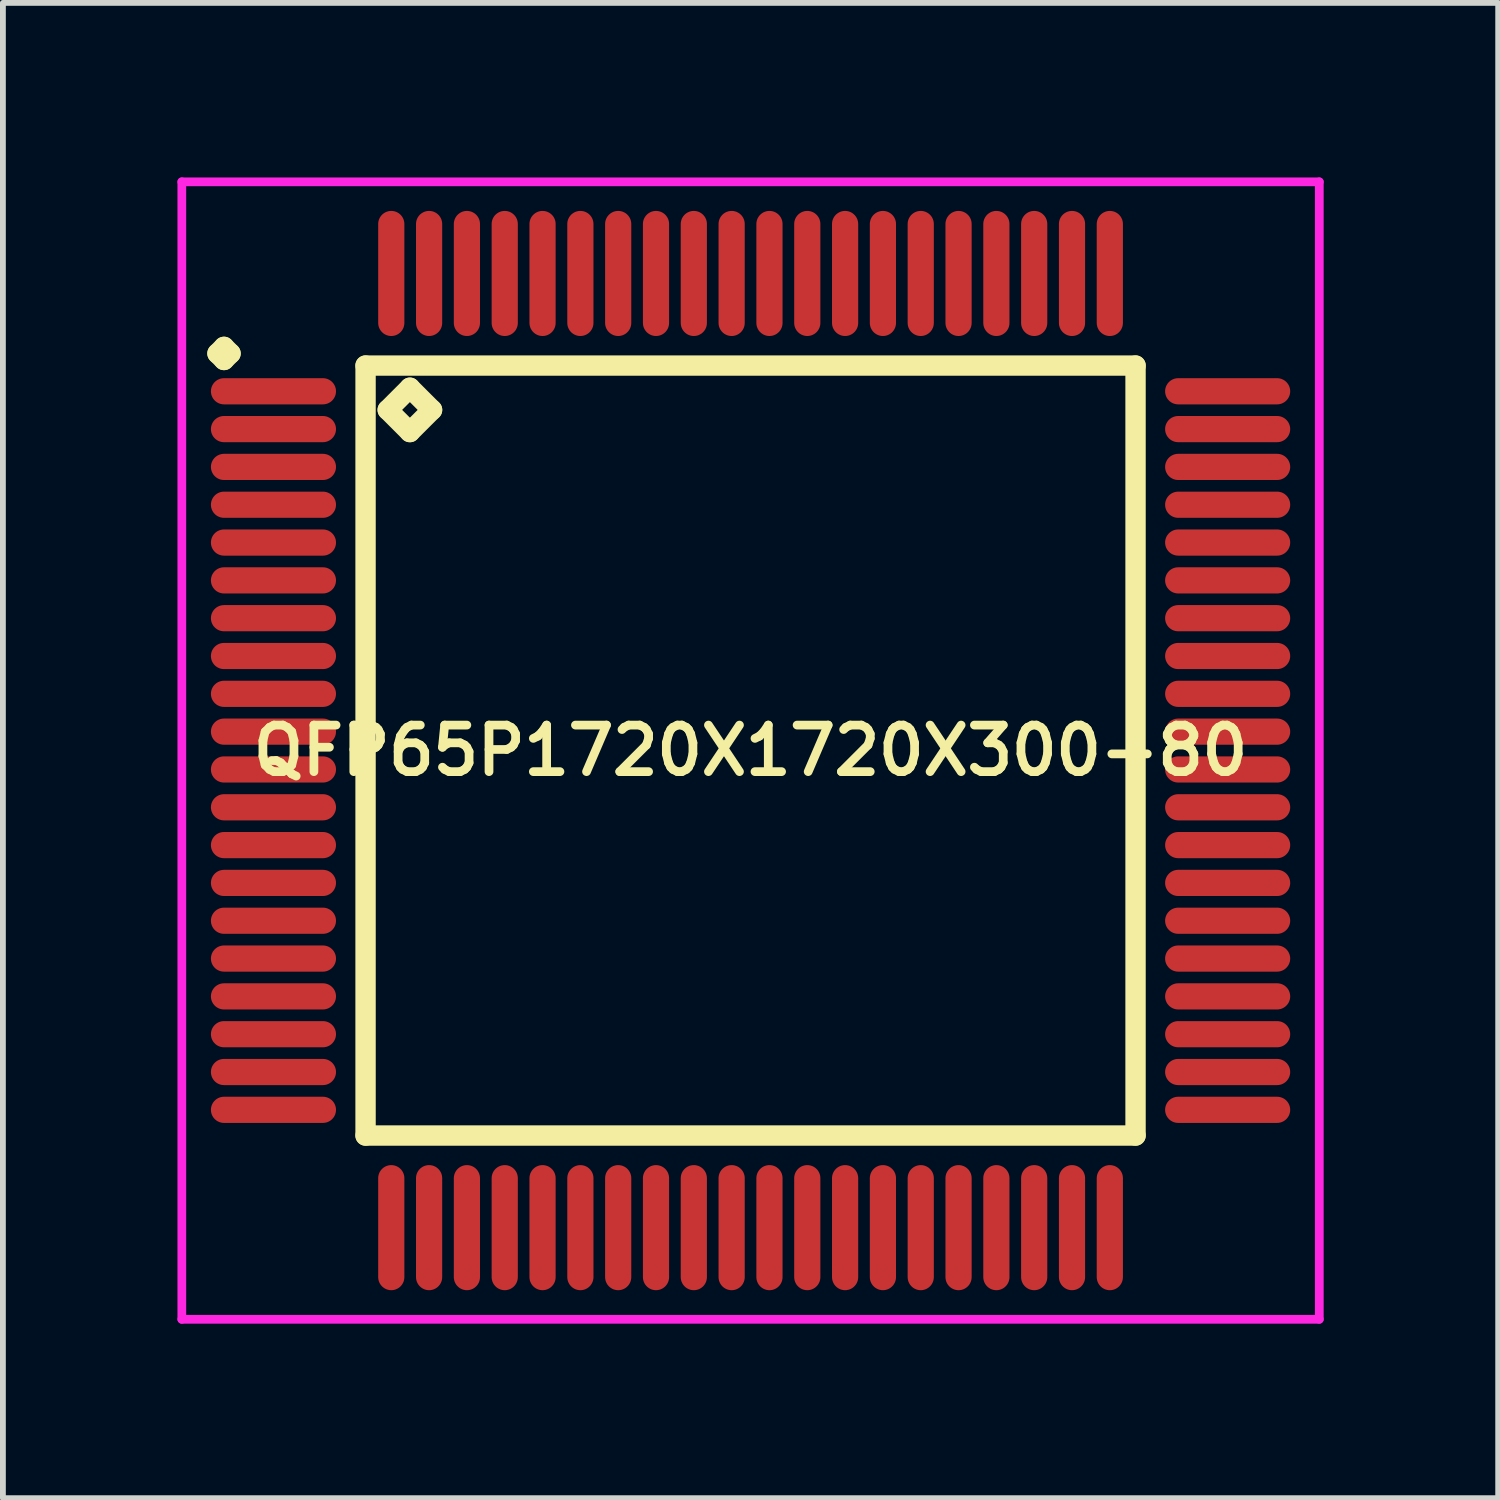
<source format=kicad_pcb>
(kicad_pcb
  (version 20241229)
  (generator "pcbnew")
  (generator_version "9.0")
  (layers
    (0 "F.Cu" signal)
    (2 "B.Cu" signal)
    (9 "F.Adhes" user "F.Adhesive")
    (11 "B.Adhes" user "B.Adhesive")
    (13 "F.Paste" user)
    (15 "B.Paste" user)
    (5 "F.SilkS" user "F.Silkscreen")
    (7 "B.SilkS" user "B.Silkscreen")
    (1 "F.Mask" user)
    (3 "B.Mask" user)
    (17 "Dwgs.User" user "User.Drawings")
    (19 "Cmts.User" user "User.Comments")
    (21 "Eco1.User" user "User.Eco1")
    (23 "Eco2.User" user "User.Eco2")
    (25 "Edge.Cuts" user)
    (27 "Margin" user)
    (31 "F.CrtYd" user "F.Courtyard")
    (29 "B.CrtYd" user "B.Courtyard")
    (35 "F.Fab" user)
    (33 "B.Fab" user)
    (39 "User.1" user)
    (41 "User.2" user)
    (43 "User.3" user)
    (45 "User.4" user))
  (footprint "QFP65P1720X1720X300-80"
    (layer "F.Cu")
    (at 9.85 9.85)
    (property "Reference" "QFP65P1720X1720X300-80" (at 0 0 0) (layer "F.SilkS") (effects (font (size 0.8 0.8) (thickness 0.15))))
    (attr smd)
    (fp_line (start -9.162 -6.825) (end -9.05 -6.938) (stroke (width 0.35) (type solid)) (layer "F.SilkS"))
    (fp_line (start -9.05 -6.938) (end -8.938 -6.825) (stroke (width 0.35) (type solid)) (layer "F.SilkS"))
    (fp_line (start -9.05 -6.713) (end -9.162 -6.825) (stroke (width 0.35) (type solid)) (layer "F.SilkS"))
    (fp_line (start -8.938 -6.825) (end -9.05 -6.713) (stroke (width 0.35) (type solid)) (layer "F.SilkS"))
    (fp_line (start -6.617 -6.617) (end -6.617 6.617) (stroke (width 0.35) (type solid)) (layer "F.SilkS"))
    (fp_line (start -6.617 6.617) (end 6.617 6.617) (stroke (width 0.35) (type solid)) (layer "F.SilkS"))
    (fp_line (start -6.236 -5.855) (end -5.855 -6.236) (stroke (width 0.35) (type solid)) (layer "F.SilkS"))
    (fp_line (start -5.855 -6.236) (end -5.474 -5.855) (stroke (width 0.35) (type solid)) (layer "F.SilkS"))
    (fp_line (start -5.855 -5.474) (end -6.236 -5.855) (stroke (width 0.35) (type solid)) (layer "F.SilkS"))
    (fp_line (start -5.474 -5.855) (end -5.855 -5.474) (stroke (width 0.35) (type solid)) (layer "F.SilkS"))
    (fp_line (start 6.617 -6.617) (end -6.617 -6.617) (stroke (width 0.35) (type solid)) (layer "F.SilkS"))
    (fp_line (start 6.617 6.617) (end 6.617 -6.617) (stroke (width 0.35) (type solid)) (layer "F.SilkS"))
    (fp_line (start -9.775 -9.775) (end 9.775 -9.775) (stroke (width 0.15) (type solid)) (layer "F.CrtYd"))
    (fp_line (start -9.775 9.775) (end -9.775 -9.775) (stroke (width 0.15) (type solid)) (layer "F.CrtYd"))
    (fp_line (start 9.775 -9.775) (end 9.775 9.775) (stroke (width 0.15) (type solid)) (layer "F.CrtYd"))
    (fp_line (start 9.775 9.775) (end -9.775 9.775) (stroke (width 0.15) (type solid)) (layer "F.CrtYd"))
    (pad "1" smd oval (at -8.2 -6.175) (size 2.15 0.45) (layers "F.Cu" "F.Mask" "F.Paste"))
    (pad "2" smd oval (at -8.2 -5.525) (size 2.15 0.45) (layers "F.Cu" "F.Mask" "F.Paste"))
    (pad "3" smd oval (at -8.2 -4.875) (size 2.15 0.45) (layers "F.Cu" "F.Mask" "F.Paste"))
    (pad "4" smd oval (at -8.2 -4.225) (size 2.15 0.45) (layers "F.Cu" "F.Mask" "F.Paste"))
    (pad "5" smd oval (at -8.2 -3.575) (size 2.15 0.45) (layers "F.Cu" "F.Mask" "F.Paste"))
    (pad "6" smd oval (at -8.2 -2.925) (size 2.15 0.45) (layers "F.Cu" "F.Mask" "F.Paste"))
    (pad "7" smd oval (at -8.2 -2.275) (size 2.15 0.45) (layers "F.Cu" "F.Mask" "F.Paste"))
    (pad "8" smd oval (at -8.2 -1.625) (size 2.15 0.45) (layers "F.Cu" "F.Mask" "F.Paste"))
    (pad "9" smd oval (at -8.2 -0.975) (size 2.15 0.45) (layers "F.Cu" "F.Mask" "F.Paste"))
    (pad "10" smd oval (at -8.2 -0.325) (size 2.15 0.45) (layers "F.Cu" "F.Mask" "F.Paste"))
    (pad "11" smd oval (at -8.2 0.325) (size 2.15 0.45) (layers "F.Cu" "F.Mask" "F.Paste"))
    (pad "12" smd oval (at -8.2 0.975) (size 2.15 0.45) (layers "F.Cu" "F.Mask" "F.Paste"))
    (pad "13" smd oval (at -8.2 1.625) (size 2.15 0.45) (layers "F.Cu" "F.Mask" "F.Paste"))
    (pad "14" smd oval (at -8.2 2.275) (size 2.15 0.45) (layers "F.Cu" "F.Mask" "F.Paste"))
    (pad "15" smd oval (at -8.2 2.925) (size 2.15 0.45) (layers "F.Cu" "F.Mask" "F.Paste"))
    (pad "16" smd oval (at -8.2 3.575) (size 2.15 0.45) (layers "F.Cu" "F.Mask" "F.Paste"))
    (pad "17" smd oval (at -8.2 4.225) (size 2.15 0.45) (layers "F.Cu" "F.Mask" "F.Paste"))
    (pad "18" smd oval (at -8.2 4.875) (size 2.15 0.45) (layers "F.Cu" "F.Mask" "F.Paste"))
    (pad "19" smd oval (at -8.2 5.525) (size 2.15 0.45) (layers "F.Cu" "F.Mask" "F.Paste"))
    (pad "20" smd oval (at -8.2 6.175) (size 2.15 0.45) (layers "F.Cu" "F.Mask" "F.Paste"))
    (pad "21" smd oval (at -6.175 8.2) (size 0.45 2.15) (layers "F.Cu" "F.Mask" "F.Paste"))
    (pad "22" smd oval (at -5.525 8.2) (size 0.45 2.15) (layers "F.Cu" "F.Mask" "F.Paste"))
    (pad "23" smd oval (at -4.875 8.2) (size 0.45 2.15) (layers "F.Cu" "F.Mask" "F.Paste"))
    (pad "24" smd oval (at -4.225 8.2) (size 0.45 2.15) (layers "F.Cu" "F.Mask" "F.Paste"))
    (pad "25" smd oval (at -3.575 8.2) (size 0.45 2.15) (layers "F.Cu" "F.Mask" "F.Paste"))
    (pad "26" smd oval (at -2.925 8.2) (size 0.45 2.15) (layers "F.Cu" "F.Mask" "F.Paste"))
    (pad "27" smd oval (at -2.275 8.2) (size 0.45 2.15) (layers "F.Cu" "F.Mask" "F.Paste"))
    (pad "28" smd oval (at -1.625 8.2) (size 0.45 2.15) (layers "F.Cu" "F.Mask" "F.Paste"))
    (pad "29" smd oval (at -0.975 8.2) (size 0.45 2.15) (layers "F.Cu" "F.Mask" "F.Paste"))
    (pad "30" smd oval (at -0.325 8.2) (size 0.45 2.15) (layers "F.Cu" "F.Mask" "F.Paste"))
    (pad "31" smd oval (at 0.325 8.2) (size 0.45 2.15) (layers "F.Cu" "F.Mask" "F.Paste"))
    (pad "32" smd oval (at 0.975 8.2) (size 0.45 2.15) (layers "F.Cu" "F.Mask" "F.Paste"))
    (pad "33" smd oval (at 1.625 8.2) (size 0.45 2.15) (layers "F.Cu" "F.Mask" "F.Paste"))
    (pad "34" smd oval (at 2.275 8.2) (size 0.45 2.15) (layers "F.Cu" "F.Mask" "F.Paste"))
    (pad "35" smd oval (at 2.925 8.2) (size 0.45 2.15) (layers "F.Cu" "F.Mask" "F.Paste"))
    (pad "36" smd oval (at 3.575 8.2) (size 0.45 2.15) (layers "F.Cu" "F.Mask" "F.Paste"))
    (pad "37" smd oval (at 4.225 8.2) (size 0.45 2.15) (layers "F.Cu" "F.Mask" "F.Paste"))
    (pad "38" smd oval (at 4.875 8.2) (size 0.45 2.15) (layers "F.Cu" "F.Mask" "F.Paste"))
    (pad "39" smd oval (at 5.525 8.2) (size 0.45 2.15) (layers "F.Cu" "F.Mask" "F.Paste"))
    (pad "40" smd oval (at 6.175 8.2) (size 0.45 2.15) (layers "F.Cu" "F.Mask" "F.Paste"))
    (pad "41" smd oval (at 8.2 6.175) (size 2.15 0.45) (layers "F.Cu" "F.Mask" "F.Paste"))
    (pad "42" smd oval (at 8.2 5.525) (size 2.15 0.45) (layers "F.Cu" "F.Mask" "F.Paste"))
    (pad "43" smd oval (at 8.2 4.875) (size 2.15 0.45) (layers "F.Cu" "F.Mask" "F.Paste"))
    (pad "44" smd oval (at 8.2 4.225) (size 2.15 0.45) (layers "F.Cu" "F.Mask" "F.Paste"))
    (pad "45" smd oval (at 8.2 3.575) (size 2.15 0.45) (layers "F.Cu" "F.Mask" "F.Paste"))
    (pad "46" smd oval (at 8.2 2.925) (size 2.15 0.45) (layers "F.Cu" "F.Mask" "F.Paste"))
    (pad "47" smd oval (at 8.2 2.275) (size 2.15 0.45) (layers "F.Cu" "F.Mask" "F.Paste"))
    (pad "48" smd oval (at 8.2 1.625) (size 2.15 0.45) (layers "F.Cu" "F.Mask" "F.Paste"))
    (pad "49" smd oval (at 8.2 0.975) (size 2.15 0.45) (layers "F.Cu" "F.Mask" "F.Paste"))
    (pad "50" smd oval (at 8.2 0.325) (size 2.15 0.45) (layers "F.Cu" "F.Mask" "F.Paste"))
    (pad "51" smd oval (at 8.2 -0.325) (size 2.15 0.45) (layers "F.Cu" "F.Mask" "F.Paste"))
    (pad "52" smd oval (at 8.2 -0.975) (size 2.15 0.45) (layers "F.Cu" "F.Mask" "F.Paste"))
    (pad "53" smd oval (at 8.2 -1.625) (size 2.15 0.45) (layers "F.Cu" "F.Mask" "F.Paste"))
    (pad "54" smd oval (at 8.2 -2.275) (size 2.15 0.45) (layers "F.Cu" "F.Mask" "F.Paste"))
    (pad "55" smd oval (at 8.2 -2.925) (size 2.15 0.45) (layers "F.Cu" "F.Mask" "F.Paste"))
    (pad "56" smd oval (at 8.2 -3.575) (size 2.15 0.45) (layers "F.Cu" "F.Mask" "F.Paste"))
    (pad "57" smd oval (at 8.2 -4.225) (size 2.15 0.45) (layers "F.Cu" "F.Mask" "F.Paste"))
    (pad "58" smd oval (at 8.2 -4.875) (size 2.15 0.45) (layers "F.Cu" "F.Mask" "F.Paste"))
    (pad "59" smd oval (at 8.2 -5.525) (size 2.15 0.45) (layers "F.Cu" "F.Mask" "F.Paste"))
    (pad "60" smd oval (at 8.2 -6.175) (size 2.15 0.45) (layers "F.Cu" "F.Mask" "F.Paste"))
    (pad "61" smd oval (at 6.175 -8.2) (size 0.45 2.15) (layers "F.Cu" "F.Mask" "F.Paste"))
    (pad "62" smd oval (at 5.525 -8.2) (size 0.45 2.15) (layers "F.Cu" "F.Mask" "F.Paste"))
    (pad "63" smd oval (at 4.875 -8.2) (size 0.45 2.15) (layers "F.Cu" "F.Mask" "F.Paste"))
    (pad "64" smd oval (at 4.225 -8.2) (size 0.45 2.15) (layers "F.Cu" "F.Mask" "F.Paste"))
    (pad "65" smd oval (at 3.575 -8.2) (size 0.45 2.15) (layers "F.Cu" "F.Mask" "F.Paste"))
    (pad "66" smd oval (at 2.925 -8.2) (size 0.45 2.15) (layers "F.Cu" "F.Mask" "F.Paste"))
    (pad "67" smd oval (at 2.275 -8.2) (size 0.45 2.15) (layers "F.Cu" "F.Mask" "F.Paste"))
    (pad "68" smd oval (at 1.625 -8.2) (size 0.45 2.15) (layers "F.Cu" "F.Mask" "F.Paste"))
    (pad "69" smd oval (at 0.975 -8.2) (size 0.45 2.15) (layers "F.Cu" "F.Mask" "F.Paste"))
    (pad "70" smd oval (at 0.325 -8.2) (size 0.45 2.15) (layers "F.Cu" "F.Mask" "F.Paste"))
    (pad "71" smd oval (at -0.325 -8.2) (size 0.45 2.15) (layers "F.Cu" "F.Mask" "F.Paste"))
    (pad "72" smd oval (at -0.975 -8.2) (size 0.45 2.15) (layers "F.Cu" "F.Mask" "F.Paste"))
    (pad "73" smd oval (at -1.625 -8.2) (size 0.45 2.15) (layers "F.Cu" "F.Mask" "F.Paste"))
    (pad "74" smd oval (at -2.275 -8.2) (size 0.45 2.15) (layers "F.Cu" "F.Mask" "F.Paste"))
    (pad "75" smd oval (at -2.925 -8.2) (size 0.45 2.15) (layers "F.Cu" "F.Mask" "F.Paste"))
    (pad "76" smd oval (at -3.575 -8.2) (size 0.45 2.15) (layers "F.Cu" "F.Mask" "F.Paste"))
    (pad "77" smd oval (at -4.225 -8.2) (size 0.45 2.15) (layers "F.Cu" "F.Mask" "F.Paste"))
    (pad "78" smd oval (at -4.875 -8.2) (size 0.45 2.15) (layers "F.Cu" "F.Mask" "F.Paste"))
    (pad "79" smd oval (at -5.525 -8.2) (size 0.45 2.15) (layers "F.Cu" "F.Mask" "F.Paste"))
    (pad "80" smd oval (at -6.175 -8.2) (size 0.45 2.15) (layers "F.Cu" "F.Mask" "F.Paste")))
  (gr_rect
    (start -3 -3)
    (end 22.7 22.7)
    (stroke (width 0.1) (type default))
    (fill no)
    (layer "Edge.Cuts")))
</source>
